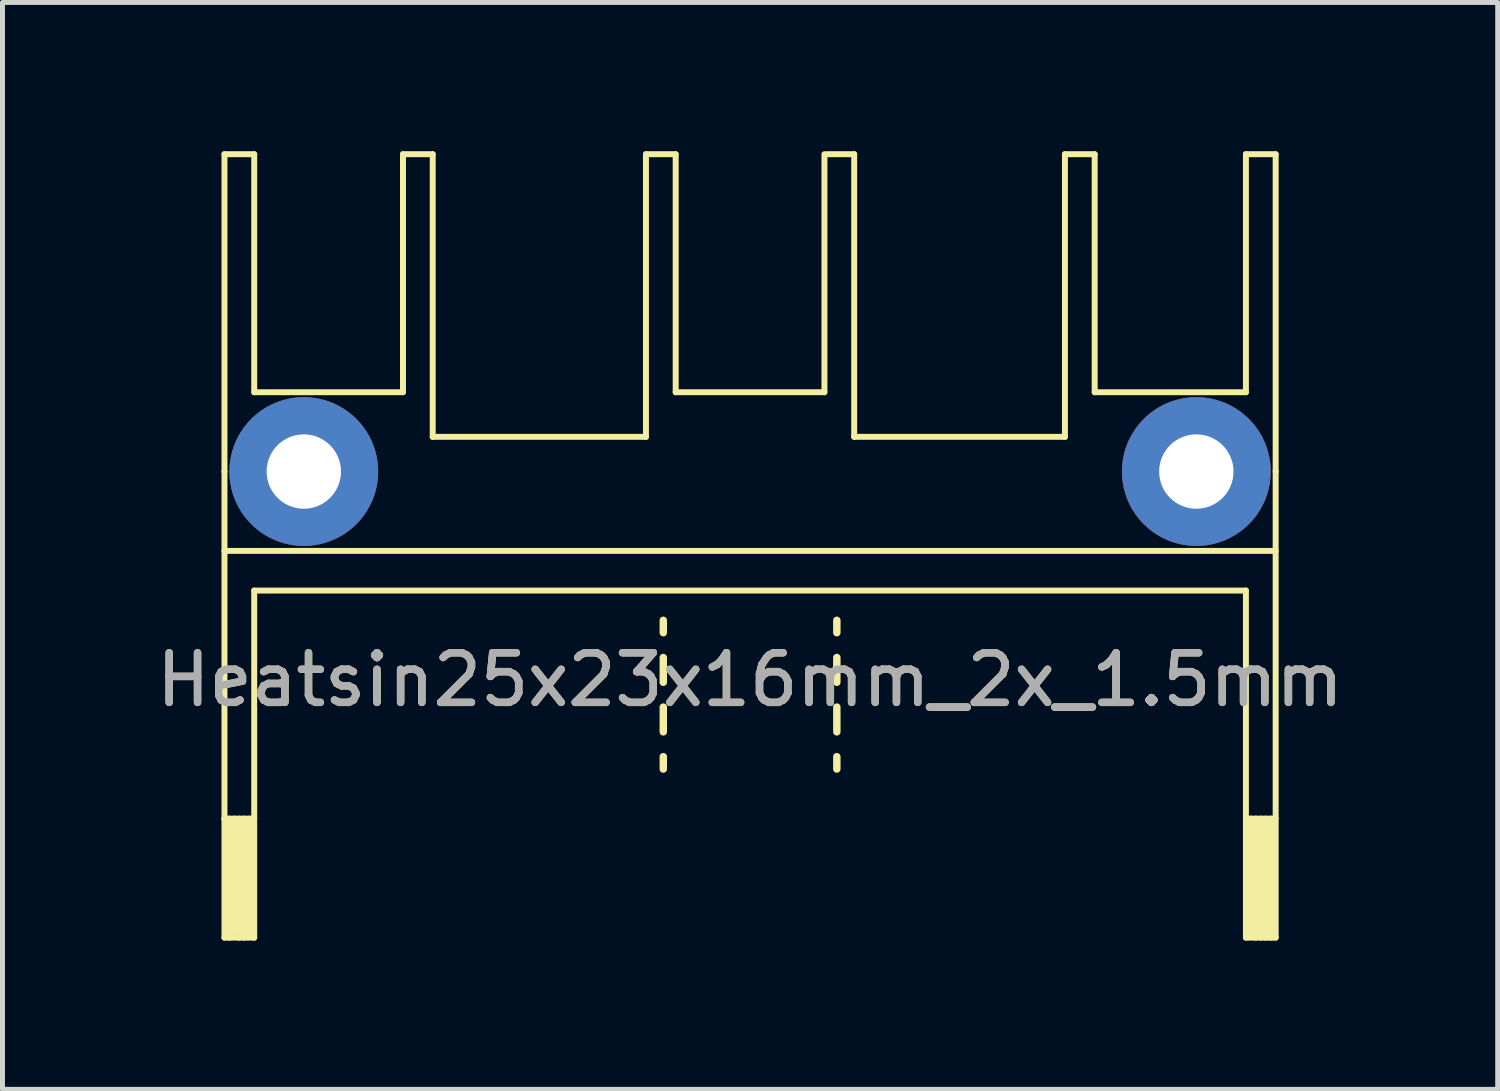
<source format=kicad_pcb>
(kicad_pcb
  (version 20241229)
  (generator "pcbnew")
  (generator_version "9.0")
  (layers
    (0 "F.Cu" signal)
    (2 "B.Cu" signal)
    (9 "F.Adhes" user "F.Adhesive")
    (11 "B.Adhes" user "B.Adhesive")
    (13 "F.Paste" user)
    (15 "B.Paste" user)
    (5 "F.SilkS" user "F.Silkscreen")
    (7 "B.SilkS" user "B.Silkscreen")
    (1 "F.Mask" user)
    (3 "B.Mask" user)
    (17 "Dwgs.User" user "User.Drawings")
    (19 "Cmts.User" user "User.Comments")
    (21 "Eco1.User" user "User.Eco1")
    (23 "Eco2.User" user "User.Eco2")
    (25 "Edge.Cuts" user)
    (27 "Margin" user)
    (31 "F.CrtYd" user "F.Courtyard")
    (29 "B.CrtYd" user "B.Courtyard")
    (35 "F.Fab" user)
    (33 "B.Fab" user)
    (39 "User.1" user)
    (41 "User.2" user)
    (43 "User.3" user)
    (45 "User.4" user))
  (footprint "Heatsin25x23x16mm_2x_1.5mm"
    (layer "F.Cu")
    (at 12.077 6.46)
    (property "Reference" "Heatsin25x23x16mm_2x_1.5mm" (at 0 4.2 0) (layer "F.SilkS") (effects (font (size 1 1) (thickness 0.15))))
    (attr through_hole)
    (fp_line (start -10.6 -6.4) (end -10.6 0) (stroke (width 0.12) (type solid)) (layer "F.SilkS"))
    (fp_line (start -10.6 0) (end -10.6 9.4) (stroke (width 0.12) (type solid)) (layer "F.SilkS"))
    (fp_line (start -10.6 1.6) (end 10.6 1.6) (stroke (width 0.12) (type solid)) (layer "F.SilkS"))
    (fp_line (start -10.6 7) (end -10 7) (stroke (width 0.12) (type solid)) (layer "F.SilkS"))
    (fp_line (start -10.6 9.4) (end -10 9.4) (stroke (width 0.12) (type solid)) (layer "F.SilkS"))
    (fp_line (start -10.5 7) (end -10.5 9.4) (stroke (width 0.12) (type solid)) (layer "F.SilkS"))
    (fp_line (start -10.4 7) (end -10.4 9.3) (stroke (width 0.12) (type solid)) (layer "F.SilkS"))
    (fp_line (start -10.3 7) (end -10.3 9.4) (stroke (width 0.12) (type solid)) (layer "F.SilkS"))
    (fp_line (start -10.2 7) (end -10.2 9.4) (stroke (width 0.12) (type solid)) (layer "F.SilkS"))
    (fp_line (start -10.1 7) (end -10.1 9.3) (stroke (width 0.12) (type solid)) (layer "F.SilkS"))
    (fp_line (start -10.1 9.3) (end -10.6 7) (stroke (width 0.12) (type solid)) (layer "F.SilkS"))
    (fp_line (start -10 -6.4) (end -10.6 -6.4) (stroke (width 0.12) (type solid)) (layer "F.SilkS"))
    (fp_line (start -10 -1.6) (end -10 -6.4) (stroke (width 0.12) (type solid)) (layer "F.SilkS"))
    (fp_line (start -10 2.4) (end 10 2.4) (stroke (width 0.12) (type solid)) (layer "F.SilkS"))
    (fp_line (start -10 9.4) (end -10 2.4) (stroke (width 0.12) (type solid)) (layer "F.SilkS"))
    (fp_line (start -7 -6.4) (end -7 -1.6) (stroke (width 0.12) (type solid)) (layer "F.SilkS"))
    (fp_line (start -7 -1.6) (end -10 -1.6) (stroke (width 0.12) (type solid)) (layer "F.SilkS"))
    (fp_line (start -6.4 -6.4) (end -7 -6.4) (stroke (width 0.12) (type solid)) (layer "F.SilkS"))
    (fp_line (start -6.4 -0.7) (end -6.4 -6.4) (stroke (width 0.12) (type solid)) (layer "F.SilkS"))
    (fp_line (start -6.4 -0.7) (end -2.1 -0.7) (stroke (width 0.12) (type solid)) (layer "F.SilkS"))
    (fp_line (start -2.1 -6.4) (end -2.1 -0.7) (stroke (width 0.12) (type solid)) (layer "F.SilkS"))
    (fp_line (start -2.1 -6.4) (end -1.5 -6.4) (stroke (width 0.12) (type solid)) (layer "F.SilkS"))
    (fp_line (start -1.75 3.25) (end -1.75 3) (stroke (width 0.15) (type solid)) (layer "F.SilkS"))
    (fp_line (start -1.75 3.75) (end -1.75 4.25) (stroke (width 0.15) (type solid)) (layer "F.SilkS"))
    (fp_line (start -1.75 4.75) (end -1.75 5.25) (stroke (width 0.15) (type solid)) (layer "F.SilkS"))
    (fp_line (start -1.75 5.75) (end -1.75 6) (stroke (width 0.15) (type solid)) (layer "F.SilkS"))
    (fp_line (start -1.5 -1.6) (end -1.5 -6.4) (stroke (width 0.12) (type solid)) (layer "F.SilkS"))
    (fp_line (start 1.5 -6.4) (end 1.5 -1.6) (stroke (width 0.12) (type solid)) (layer "F.SilkS"))
    (fp_line (start 1.5 -1.6) (end -1.5 -1.6) (stroke (width 0.12) (type solid)) (layer "F.SilkS"))
    (fp_line (start 1.55 -6.4) (end 2.1 -6.4) (stroke (width 0.12) (type solid)) (layer "F.SilkS"))
    (fp_line (start 1.75 3.25) (end 1.75 3) (stroke (width 0.15) (type solid)) (layer "F.SilkS"))
    (fp_line (start 1.75 3.75) (end 1.75 4.25) (stroke (width 0.15) (type solid)) (layer "F.SilkS"))
    (fp_line (start 1.75 4.75) (end 1.75 5.25) (stroke (width 0.15) (type solid)) (layer "F.SilkS"))
    (fp_line (start 1.75 5.75) (end 1.75 6) (stroke (width 0.15) (type solid)) (layer "F.SilkS"))
    (fp_line (start 2.1 -0.7) (end 2.1 -6.4) (stroke (width 0.12) (type solid)) (layer "F.SilkS"))
    (fp_line (start 2.1 -0.7) (end 6.35 -0.7) (stroke (width 0.12) (type solid)) (layer "F.SilkS"))
    (fp_line (start 6.35 -6.4) (end 6.35 -0.7) (stroke (width 0.12) (type solid)) (layer "F.SilkS"))
    (fp_line (start 6.35 -6.4) (end 6.95 -6.4) (stroke (width 0.12) (type solid)) (layer "F.SilkS"))
    (fp_line (start 6.95 -1.6) (end 6.95 -6.4) (stroke (width 0.12) (type solid)) (layer "F.SilkS"))
    (fp_line (start 10 -6.4) (end 10 -1.6) (stroke (width 0.12) (type solid)) (layer "F.SilkS"))
    (fp_line (start 10 -6.4) (end 10.6 -6.4) (stroke (width 0.12) (type solid)) (layer "F.SilkS"))
    (fp_line (start 10 -1.6) (end 6.95 -1.6) (stroke (width 0.12) (type solid)) (layer "F.SilkS"))
    (fp_line (start 10 2.4) (end 10 9.4) (stroke (width 0.12) (type solid)) (layer "F.SilkS"))
    (fp_line (start 10 9.4) (end 10.6 9.4) (stroke (width 0.12) (type solid)) (layer "F.SilkS"))
    (fp_line (start 10.1 7) (end 10.1 9.3) (stroke (width 0.12) (type solid)) (layer "F.SilkS"))
    (fp_line (start 10.2 7) (end 10.2 9.4) (stroke (width 0.12) (type solid)) (layer "F.SilkS"))
    (fp_line (start 10.3 9.4) (end 10.3 7) (stroke (width 0.12) (type solid)) (layer "F.SilkS"))
    (fp_line (start 10.4 7) (end 10.4 9.4) (stroke (width 0.12) (type solid)) (layer "F.SilkS"))
    (fp_line (start 10.5 7) (end 10.5 9.4) (stroke (width 0.12) (type solid)) (layer "F.SilkS"))
    (fp_line (start 10.6 0) (end 10.6 -6.4) (stroke (width 0.12) (type solid)) (layer "F.SilkS"))
    (fp_line (start 10.6 7) (end 10 7) (stroke (width 0.12) (type solid)) (layer "F.SilkS"))
    (fp_line (start 10.6 9.4) (end 10.6 0) (stroke (width 0.12) (type solid)) (layer "F.SilkS"))
    (fp_text user "${REFERENCE}" (at 0 4.2 0) (layer "F.Fab") (effects (font (size 1 1) (thickness 0.15))))
    (pad "1" thru_hole circle (at -9 0) (size 3 3) (drill 1.5) (layers "*.Cu" "*.Mask"))
    (pad "2" thru_hole circle (at 9 0) (size 3 3) (drill 1.5) (layers "*.Cu" "*.Mask")))
  (gr_rect
    (start -3 -3)
    (end 27.155 18.92)
    (stroke (width 0.1) (type default))
    (fill no)
    (layer "Edge.Cuts")))
</source>
